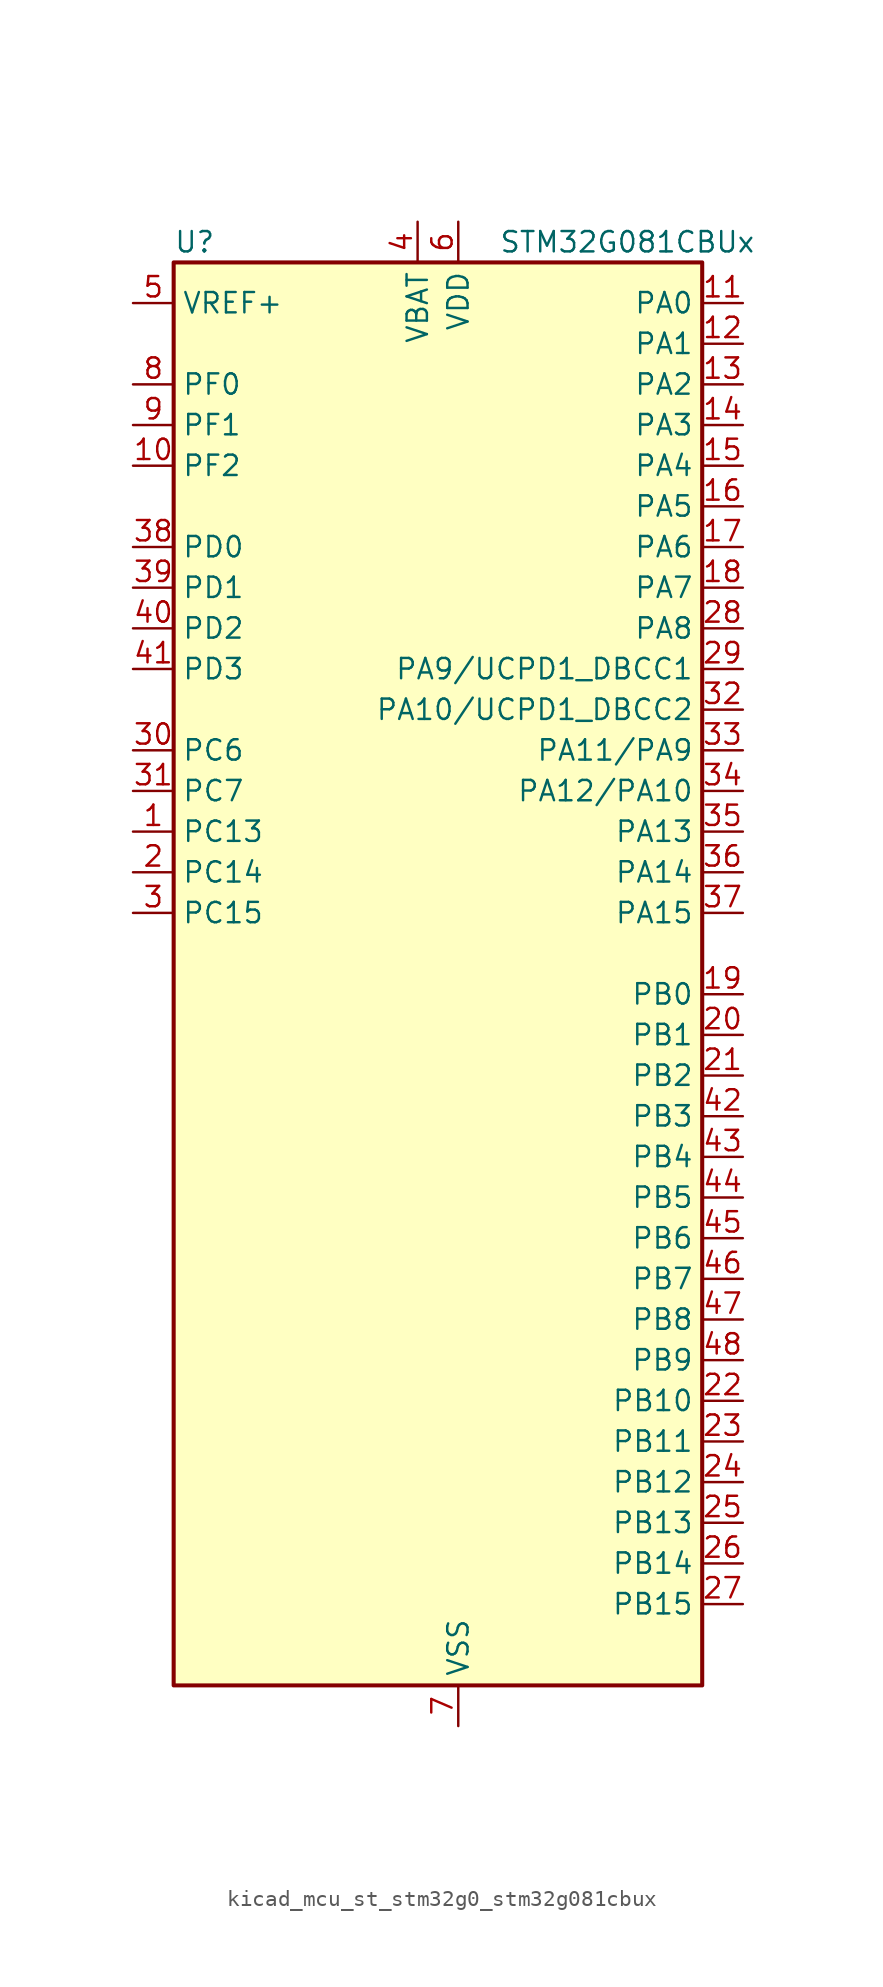
<source format=kicad_sym>
(kicad_symbol_lib
  (version 20220914)
  (generator kicad_symbol_editor)
  (symbol "kicad_mcu_st_stm32g0_stm32g081cbux"
    (property "Reference" "U"
      (at -15.24 46.99 0)
      (effects (font (size 1.27 1.27)) (justify left)))
    (property "Value" "STM32G081CBUx"
      (at 5.08 46.99 0)
      (effects (font (size 1.27 1.27)) (justify left)))
    (property "ki_locked" ""
      (at 0 0 0)
      (effects (font (size 1.27 1.27))))
    (symbol "kicad_mcu_st_stm32g0_stm32g081cbux_0_1"
      (rectangle (start -15.24 -43.18) (end 17.78 45.72) (stroke (width 0.254) (type default)) (fill (type background))))
    (symbol "kicad_mcu_st_stm32g0_stm32g081cbux_1_1"
      (pin bidirectional line (at -17.78 10.16 0) (length 2.54) (name "PC13" (effects (font (size 1.27 1.27)))) (number "1" (effects (font (size 1.27 1.27)))) (alternate "RTC_OUT_ALARM" bidirectional line) (alternate "RTC_OUT_CALIB" bidirectional line) (alternate "RTC_TAMP_IN1" bidirectional line) (alternate "RTC_TS" bidirectional line) (alternate "SYS_WKUP2" bidirectional line) (alternate "TIM1_BK" bidirectional line))
      (pin bidirectional line (at -17.78 33.02 0) (length 2.54) (name "PF2" (effects (font (size 1.27 1.27)))) (number "10" (effects (font (size 1.27 1.27)))) (alternate "RCC_MCO" bidirectional line))
      (pin bidirectional line (at 20.32 43.18 180) (length 2.54) (name "PA0" (effects (font (size 1.27 1.27)))) (number "11" (effects (font (size 1.27 1.27)))) (alternate "ADC1_IN0" bidirectional line) (alternate "COMP1_INM" bidirectional line) (alternate "COMP1_OUT" bidirectional line) (alternate "LPTIM1_OUT" bidirectional line) (alternate "RTC_TAMP_IN2" bidirectional line) (alternate "SPI2_SCK" bidirectional line) (alternate "SYS_WKUP1" bidirectional line) (alternate "TIM2_CH1" bidirectional line) (alternate "TIM2_ETR" bidirectional line) (alternate "UCPD2_FRSTX1" bidirectional line) (alternate "UCPD2_FRSTX2" bidirectional line) (alternate "USART2_CTS" bidirectional line) (alternate "USART2_NSS" bidirectional line) (alternate "USART4_TX" bidirectional line))
      (pin bidirectional line (at 20.32 40.64 180) (length 2.54) (name "PA1" (effects (font (size 1.27 1.27)))) (number "12" (effects (font (size 1.27 1.27)))) (alternate "ADC1_IN1" bidirectional line) (alternate "COMP1_INP" bidirectional line) (alternate "I2C1_SMBA" bidirectional line) (alternate "I2S1_CK" bidirectional line) (alternate "SPI1_SCK" bidirectional line) (alternate "TIM15_CH1N" bidirectional line) (alternate "TIM2_CH2" bidirectional line) (alternate "USART2_CK" bidirectional line) (alternate "USART2_DE" bidirectional line) (alternate "USART2_RTS" bidirectional line) (alternate "USART4_RX" bidirectional line))
      (pin bidirectional line (at 20.32 38.1 180) (length 2.54) (name "PA2" (effects (font (size 1.27 1.27)))) (number "13" (effects (font (size 1.27 1.27)))) (alternate "ADC1_IN2" bidirectional line) (alternate "COMP2_INM" bidirectional line) (alternate "COMP2_OUT" bidirectional line) (alternate "I2S1_SD" bidirectional line) (alternate "LPUART1_TX" bidirectional line) (alternate "RCC_LSCO" bidirectional line) (alternate "SPI1_MOSI" bidirectional line) (alternate "SYS_WKUP4" bidirectional line) (alternate "TIM15_CH1" bidirectional line) (alternate "TIM2_CH3" bidirectional line) (alternate "UCPD1_FRSTX1" bidirectional line) (alternate "UCPD1_FRSTX2" bidirectional line) (alternate "USART2_TX" bidirectional line))
      (pin bidirectional line (at 20.32 35.56 180) (length 2.54) (name "PA3" (effects (font (size 1.27 1.27)))) (number "14" (effects (font (size 1.27 1.27)))) (alternate "ADC1_IN3" bidirectional line) (alternate "COMP2_INP" bidirectional line) (alternate "LPUART1_RX" bidirectional line) (alternate "SPI2_MISO" bidirectional line) (alternate "TIM15_CH2" bidirectional line) (alternate "TIM2_CH4" bidirectional line) (alternate "UCPD2_FRSTX1" bidirectional line) (alternate "UCPD2_FRSTX2" bidirectional line) (alternate "USART2_RX" bidirectional line))
      (pin bidirectional line (at 20.32 33.02 180) (length 2.54) (name "PA4" (effects (font (size 1.27 1.27)))) (number "15" (effects (font (size 1.27 1.27)))) (alternate "ADC1_IN4" bidirectional line) (alternate "DAC1_OUT1" bidirectional line) (alternate "I2S1_WS" bidirectional line) (alternate "LPTIM2_OUT" bidirectional line) (alternate "RTC_OUT_ALARM" bidirectional line) (alternate "RTC_OUT_CALIB" bidirectional line) (alternate "SPI1_NSS" bidirectional line) (alternate "SPI2_MOSI" bidirectional line) (alternate "TIM14_CH1" bidirectional line) (alternate "UCPD2_FRSTX1" bidirectional line) (alternate "UCPD2_FRSTX2" bidirectional line))
      (pin bidirectional line (at 20.32 30.48 180) (length 2.54) (name "PA5" (effects (font (size 1.27 1.27)))) (number "16" (effects (font (size 1.27 1.27)))) (alternate "ADC1_IN5" bidirectional line) (alternate "CEC" bidirectional line) (alternate "DAC1_OUT2" bidirectional line) (alternate "I2S1_CK" bidirectional line) (alternate "LPTIM2_ETR" bidirectional line) (alternate "SPI1_SCK" bidirectional line) (alternate "TIM2_CH1" bidirectional line) (alternate "TIM2_ETR" bidirectional line) (alternate "UCPD1_FRSTX1" bidirectional line) (alternate "UCPD1_FRSTX2" bidirectional line) (alternate "USART3_TX" bidirectional line))
      (pin bidirectional line (at 20.32 27.94 180) (length 2.54) (name "PA6" (effects (font (size 1.27 1.27)))) (number "17" (effects (font (size 1.27 1.27)))) (alternate "ADC1_IN6" bidirectional line) (alternate "COMP1_OUT" bidirectional line) (alternate "I2S1_MCK" bidirectional line) (alternate "LPUART1_CTS" bidirectional line) (alternate "SPI1_MISO" bidirectional line) (alternate "TIM16_CH1" bidirectional line) (alternate "TIM1_BK" bidirectional line) (alternate "TIM3_CH1" bidirectional line) (alternate "USART3_CTS" bidirectional line) (alternate "USART3_NSS" bidirectional line))
      (pin bidirectional line (at 20.32 25.4 180) (length 2.54) (name "PA7" (effects (font (size 1.27 1.27)))) (number "18" (effects (font (size 1.27 1.27)))) (alternate "ADC1_IN7" bidirectional line) (alternate "COMP2_OUT" bidirectional line) (alternate "I2S1_SD" bidirectional line) (alternate "SPI1_MOSI" bidirectional line) (alternate "TIM14_CH1" bidirectional line) (alternate "TIM17_CH1" bidirectional line) (alternate "TIM1_CH1N" bidirectional line) (alternate "TIM3_CH2" bidirectional line) (alternate "UCPD1_FRSTX1" bidirectional line) (alternate "UCPD1_FRSTX2" bidirectional line))
      (pin bidirectional line (at 20.32 0 180) (length 2.54) (name "PB0" (effects (font (size 1.27 1.27)))) (number "19" (effects (font (size 1.27 1.27)))) (alternate "ADC1_IN8" bidirectional line) (alternate "COMP1_OUT" bidirectional line) (alternate "I2S1_WS" bidirectional line) (alternate "LPTIM1_OUT" bidirectional line) (alternate "SPI1_NSS" bidirectional line) (alternate "TIM1_CH2N" bidirectional line) (alternate "TIM3_CH3" bidirectional line) (alternate "UCPD1_FRSTX1" bidirectional line) (alternate "UCPD1_FRSTX2" bidirectional line) (alternate "USART3_RX" bidirectional line))
      (pin bidirectional line (at -17.78 7.62 0) (length 2.54) (name "PC14" (effects (font (size 1.27 1.27)))) (number "2" (effects (font (size 1.27 1.27)))) (alternate "RCC_OSC32_IN" bidirectional line) (alternate "TIM1_BK2" bidirectional line))
      (pin bidirectional line (at 20.32 -2.54 180) (length 2.54) (name "PB1" (effects (font (size 1.27 1.27)))) (number "20" (effects (font (size 1.27 1.27)))) (alternate "ADC1_IN9" bidirectional line) (alternate "COMP1_INM" bidirectional line) (alternate "LPTIM2_IN1" bidirectional line) (alternate "LPUART1_DE" bidirectional line) (alternate "LPUART1_RTS" bidirectional line) (alternate "TIM14_CH1" bidirectional line) (alternate "TIM1_CH3N" bidirectional line) (alternate "TIM3_CH4" bidirectional line) (alternate "USART3_CK" bidirectional line) (alternate "USART3_DE" bidirectional line) (alternate "USART3_RTS" bidirectional line))
      (pin bidirectional line (at 20.32 -5.08 180) (length 2.54) (name "PB2" (effects (font (size 1.27 1.27)))) (number "21" (effects (font (size 1.27 1.27)))) (alternate "ADC1_IN10" bidirectional line) (alternate "COMP1_INP" bidirectional line) (alternate "LPTIM1_OUT" bidirectional line) (alternate "SPI2_MISO" bidirectional line) (alternate "USART3_TX" bidirectional line))
      (pin bidirectional line (at 20.32 -25.4 180) (length 2.54) (name "PB10" (effects (font (size 1.27 1.27)))) (number "22" (effects (font (size 1.27 1.27)))) (alternate "ADC1_IN11" bidirectional line) (alternate "CEC" bidirectional line) (alternate "COMP1_OUT" bidirectional line) (alternate "I2C2_SCL" bidirectional line) (alternate "LPUART1_RX" bidirectional line) (alternate "SPI2_SCK" bidirectional line) (alternate "TIM2_CH3" bidirectional line) (alternate "USART3_TX" bidirectional line))
      (pin bidirectional line (at 20.32 -27.94 180) (length 2.54) (name "PB11" (effects (font (size 1.27 1.27)))) (number "23" (effects (font (size 1.27 1.27)))) (alternate "ADC1_EXTI11" bidirectional line) (alternate "ADC1_IN15" bidirectional line) (alternate "COMP2_OUT" bidirectional line) (alternate "I2C2_SDA" bidirectional line) (alternate "LPUART1_TX" bidirectional line) (alternate "SPI2_MOSI" bidirectional line) (alternate "TIM2_CH4" bidirectional line) (alternate "USART3_RX" bidirectional line))
      (pin bidirectional line (at 20.32 -30.48 180) (length 2.54) (name "PB12" (effects (font (size 1.27 1.27)))) (number "24" (effects (font (size 1.27 1.27)))) (alternate "ADC1_IN16" bidirectional line) (alternate "LPUART1_DE" bidirectional line) (alternate "LPUART1_RTS" bidirectional line) (alternate "SPI2_NSS" bidirectional line) (alternate "TIM15_BK" bidirectional line) (alternate "TIM1_BK" bidirectional line) (alternate "UCPD2_FRSTX1" bidirectional line) (alternate "UCPD2_FRSTX2" bidirectional line))
      (pin bidirectional line (at 20.32 -33.02 180) (length 2.54) (name "PB13" (effects (font (size 1.27 1.27)))) (number "25" (effects (font (size 1.27 1.27)))) (alternate "I2C2_SCL" bidirectional line) (alternate "LPUART1_CTS" bidirectional line) (alternate "SPI2_SCK" bidirectional line) (alternate "TIM15_CH1N" bidirectional line) (alternate "TIM1_CH1N" bidirectional line) (alternate "USART3_CTS" bidirectional line) (alternate "USART3_NSS" bidirectional line))
      (pin bidirectional line (at 20.32 -35.56 180) (length 2.54) (name "PB14" (effects (font (size 1.27 1.27)))) (number "26" (effects (font (size 1.27 1.27)))) (alternate "I2C2_SDA" bidirectional line) (alternate "SPI2_MISO" bidirectional line) (alternate "TIM15_CH1" bidirectional line) (alternate "TIM1_CH2N" bidirectional line) (alternate "UCPD1_FRSTX1" bidirectional line) (alternate "UCPD1_FRSTX2" bidirectional line) (alternate "USART3_CK" bidirectional line) (alternate "USART3_DE" bidirectional line) (alternate "USART3_RTS" bidirectional line))
      (pin bidirectional line (at 20.32 -38.1 180) (length 2.54) (name "PB15" (effects (font (size 1.27 1.27)))) (number "27" (effects (font (size 1.27 1.27)))) (alternate "RTC_REFIN" bidirectional line) (alternate "SPI2_MOSI" bidirectional line) (alternate "TIM15_CH1N" bidirectional line) (alternate "TIM15_CH2" bidirectional line) (alternate "TIM1_CH3N" bidirectional line) (alternate "UCPD1_CC2" bidirectional line))
      (pin bidirectional line (at 20.32 22.86 180) (length 2.54) (name "PA8" (effects (font (size 1.27 1.27)))) (number "28" (effects (font (size 1.27 1.27)))) (alternate "LPTIM2_OUT" bidirectional line) (alternate "RCC_MCO" bidirectional line) (alternate "SPI2_NSS" bidirectional line) (alternate "TIM1_CH1" bidirectional line) (alternate "UCPD1_CC1" bidirectional line))
      (pin bidirectional line (at 20.32 20.32 180) (length 2.54) (name "PA9/UCPD1_DBCC1" (effects (font (size 1.27 1.27)))) (number "29" (effects (font (size 1.27 1.27)))) (alternate "DAC1_EXTI9" bidirectional line) (alternate "I2C1_SCL" bidirectional line) (alternate "RCC_MCO" bidirectional line) (alternate "SPI2_MISO" bidirectional line) (alternate "TIM15_BK" bidirectional line) (alternate "TIM1_CH2" bidirectional line) (alternate "UCPD1_DBCC1" bidirectional line) (alternate "USART1_TX" bidirectional line))
      (pin bidirectional line (at -17.78 5.08 0) (length 2.54) (name "PC15" (effects (font (size 1.27 1.27)))) (number "3" (effects (font (size 1.27 1.27)))) (alternate "RCC_OSC32_EN" bidirectional line) (alternate "RCC_OSC32_OUT" bidirectional line) (alternate "RCC_OSC_EN" bidirectional line) (alternate "TIM15_BK" bidirectional line))
      (pin bidirectional line (at -17.78 15.24 0) (length 2.54) (name "PC6" (effects (font (size 1.27 1.27)))) (number "30" (effects (font (size 1.27 1.27)))) (alternate "TIM2_CH3" bidirectional line) (alternate "TIM3_CH1" bidirectional line) (alternate "UCPD1_FRSTX1" bidirectional line) (alternate "UCPD1_FRSTX2" bidirectional line))
      (pin bidirectional line (at -17.78 12.7 0) (length 2.54) (name "PC7" (effects (font (size 1.27 1.27)))) (number "31" (effects (font (size 1.27 1.27)))) (alternate "TIM2_CH4" bidirectional line) (alternate "TIM3_CH2" bidirectional line) (alternate "UCPD2_FRSTX1" bidirectional line) (alternate "UCPD2_FRSTX2" bidirectional line))
      (pin bidirectional line (at 20.32 17.78 180) (length 2.54) (name "PA10/UCPD1_DBCC2" (effects (font (size 1.27 1.27)))) (number "32" (effects (font (size 1.27 1.27)))) (alternate "I2C1_SDA" bidirectional line) (alternate "SPI2_MOSI" bidirectional line) (alternate "TIM17_BK" bidirectional line) (alternate "TIM1_CH3" bidirectional line) (alternate "UCPD1_DBCC2" bidirectional line) (alternate "USART1_RX" bidirectional line))
      (pin bidirectional line (at 20.32 15.24 180) (length 2.54) (name "PA11/PA9" (effects (font (size 1.27 1.27)))) (number "33" (effects (font (size 1.27 1.27)))) (alternate "ADC1_EXTI11" bidirectional line) (alternate "COMP1_OUT" bidirectional line) (alternate "I2C2_SCL" bidirectional line) (alternate "I2S1_MCK" bidirectional line) (alternate "SPI1_MISO" bidirectional line) (alternate "TIM1_BK2" bidirectional line) (alternate "TIM1_CH4" bidirectional line) (alternate "USART1_CTS" bidirectional line) (alternate "USART1_NSS" bidirectional line))
      (pin bidirectional line (at 20.32 12.7 180) (length 2.54) (name "PA12/PA10" (effects (font (size 1.27 1.27)))) (number "34" (effects (font (size 1.27 1.27)))) (alternate "COMP2_OUT" bidirectional line) (alternate "I2C2_SDA" bidirectional line) (alternate "I2S1_SD" bidirectional line) (alternate "I2S_CKIN" bidirectional line) (alternate "SPI1_MOSI" bidirectional line) (alternate "TIM1_ETR" bidirectional line) (alternate "USART1_CK" bidirectional line) (alternate "USART1_DE" bidirectional line) (alternate "USART1_RTS" bidirectional line))
      (pin bidirectional line (at 20.32 10.16 180) (length 2.54) (name "PA13" (effects (font (size 1.27 1.27)))) (number "35" (effects (font (size 1.27 1.27)))) (alternate "IR_OUT" bidirectional line) (alternate "SYS_SWDIO" bidirectional line))
      (pin bidirectional line (at 20.32 7.62 180) (length 2.54) (name "PA14" (effects (font (size 1.27 1.27)))) (number "36" (effects (font (size 1.27 1.27)))) (alternate "SYS_SWCLK" bidirectional line) (alternate "USART2_TX" bidirectional line))
      (pin bidirectional line (at 20.32 5.08 180) (length 2.54) (name "PA15" (effects (font (size 1.27 1.27)))) (number "37" (effects (font (size 1.27 1.27)))) (alternate "I2S1_WS" bidirectional line) (alternate "SPI1_NSS" bidirectional line) (alternate "TIM2_CH1" bidirectional line) (alternate "TIM2_ETR" bidirectional line) (alternate "USART2_RX" bidirectional line) (alternate "USART3_CK" bidirectional line) (alternate "USART3_DE" bidirectional line) (alternate "USART3_RTS" bidirectional line) (alternate "USART4_CK" bidirectional line) (alternate "USART4_DE" bidirectional line) (alternate "USART4_RTS" bidirectional line))
      (pin bidirectional line (at -17.78 27.94 0) (length 2.54) (name "PD0" (effects (font (size 1.27 1.27)))) (number "38" (effects (font (size 1.27 1.27)))) (alternate "SPI2_NSS" bidirectional line) (alternate "TIM16_CH1" bidirectional line) (alternate "UCPD2_CC1" bidirectional line))
      (pin bidirectional line (at -17.78 25.4 0) (length 2.54) (name "PD1" (effects (font (size 1.27 1.27)))) (number "39" (effects (font (size 1.27 1.27)))) (alternate "SPI2_SCK" bidirectional line) (alternate "TIM17_CH1" bidirectional line) (alternate "UCPD2_DBCC1" bidirectional line))
      (pin power_in line (at 0 48.26 270) (length 2.54) (name "VBAT" (effects (font (size 1.27 1.27)))) (number "4" (effects (font (size 1.27 1.27)))))
      (pin bidirectional line (at -17.78 22.86 0) (length 2.54) (name "PD2" (effects (font (size 1.27 1.27)))) (number "40" (effects (font (size 1.27 1.27)))) (alternate "TIM1_CH1N" bidirectional line) (alternate "TIM3_ETR" bidirectional line) (alternate "UCPD2_CC2" bidirectional line) (alternate "USART3_CK" bidirectional line) (alternate "USART3_DE" bidirectional line) (alternate "USART3_RTS" bidirectional line))
      (pin bidirectional line (at -17.78 20.32 0) (length 2.54) (name "PD3" (effects (font (size 1.27 1.27)))) (number "41" (effects (font (size 1.27 1.27)))) (alternate "SPI2_MISO" bidirectional line) (alternate "TIM1_CH2N" bidirectional line) (alternate "UCPD2_DBCC2" bidirectional line) (alternate "USART2_CTS" bidirectional line) (alternate "USART2_NSS" bidirectional line))
      (pin bidirectional line (at 20.32 -7.62 180) (length 2.54) (name "PB3" (effects (font (size 1.27 1.27)))) (number "42" (effects (font (size 1.27 1.27)))) (alternate "COMP2_INM" bidirectional line) (alternate "I2S1_CK" bidirectional line) (alternate "SPI1_SCK" bidirectional line) (alternate "TIM1_CH2" bidirectional line) (alternate "TIM2_CH2" bidirectional line) (alternate "USART1_CK" bidirectional line) (alternate "USART1_DE" bidirectional line) (alternate "USART1_RTS" bidirectional line))
      (pin bidirectional line (at 20.32 -10.16 180) (length 2.54) (name "PB4" (effects (font (size 1.27 1.27)))) (number "43" (effects (font (size 1.27 1.27)))) (alternate "COMP2_INP" bidirectional line) (alternate "I2S1_MCK" bidirectional line) (alternate "SPI1_MISO" bidirectional line) (alternate "TIM17_BK" bidirectional line) (alternate "TIM3_CH1" bidirectional line) (alternate "USART1_CTS" bidirectional line) (alternate "USART1_NSS" bidirectional line))
      (pin bidirectional line (at 20.32 -12.7 180) (length 2.54) (name "PB5" (effects (font (size 1.27 1.27)))) (number "44" (effects (font (size 1.27 1.27)))) (alternate "COMP2_OUT" bidirectional line) (alternate "I2C1_SMBA" bidirectional line) (alternate "I2S1_SD" bidirectional line) (alternate "LPTIM1_IN1" bidirectional line) (alternate "SPI1_MOSI" bidirectional line) (alternate "SYS_WKUP6" bidirectional line) (alternate "TIM16_BK" bidirectional line) (alternate "TIM3_CH2" bidirectional line))
      (pin bidirectional line (at 20.32 -15.24 180) (length 2.54) (name "PB6" (effects (font (size 1.27 1.27)))) (number "45" (effects (font (size 1.27 1.27)))) (alternate "COMP2_INP" bidirectional line) (alternate "I2C1_SCL" bidirectional line) (alternate "LPTIM1_ETR" bidirectional line) (alternate "SPI2_MISO" bidirectional line) (alternate "TIM16_CH1N" bidirectional line) (alternate "TIM1_CH3" bidirectional line) (alternate "USART1_TX" bidirectional line))
      (pin bidirectional line (at 20.32 -17.78 180) (length 2.54) (name "PB7" (effects (font (size 1.27 1.27)))) (number "46" (effects (font (size 1.27 1.27)))) (alternate "COMP2_INM" bidirectional line) (alternate "I2C1_SDA" bidirectional line) (alternate "LPTIM1_IN2" bidirectional line) (alternate "SPI2_MOSI" bidirectional line) (alternate "SYS_PVD_IN" bidirectional line) (alternate "TIM17_CH1N" bidirectional line) (alternate "USART1_RX" bidirectional line) (alternate "USART4_CTS" bidirectional line) (alternate "USART4_NSS" bidirectional line))
      (pin bidirectional line (at 20.32 -20.32 180) (length 2.54) (name "PB8" (effects (font (size 1.27 1.27)))) (number "47" (effects (font (size 1.27 1.27)))) (alternate "CEC" bidirectional line) (alternate "I2C1_SCL" bidirectional line) (alternate "SPI2_SCK" bidirectional line) (alternate "TIM15_BK" bidirectional line) (alternate "TIM16_CH1" bidirectional line) (alternate "USART3_TX" bidirectional line))
      (pin bidirectional line (at 20.32 -22.86 180) (length 2.54) (name "PB9" (effects (font (size 1.27 1.27)))) (number "48" (effects (font (size 1.27 1.27)))) (alternate "DAC1_EXTI9" bidirectional line) (alternate "I2C1_SDA" bidirectional line) (alternate "IR_OUT" bidirectional line) (alternate "SPI2_NSS" bidirectional line) (alternate "TIM17_CH1" bidirectional line) (alternate "UCPD2_FRSTX1" bidirectional line) (alternate "UCPD2_FRSTX2" bidirectional line) (alternate "USART3_RX" bidirectional line))
      (pin passive line (at 2.54 -45.72 90) (length 2.54) hide (name "VSS" (effects (font (size 1.27 1.27)))) (number "49" (effects (font (size 1.27 1.27)))))
      (pin input line (at -17.78 43.18 0) (length 2.54) (name "VREF+" (effects (font (size 1.27 1.27)))) (number "5" (effects (font (size 1.27 1.27)))) (alternate "VREFBUF_OUT" bidirectional line))
      (pin power_in line (at 2.54 48.26 270) (length 2.54) (name "VDD" (effects (font (size 1.27 1.27)))) (number "6" (effects (font (size 1.27 1.27)))))
      (pin power_in line (at 2.54 -45.72 90) (length 2.54) (name "VSS" (effects (font (size 1.27 1.27)))) (number "7" (effects (font (size 1.27 1.27)))))
      (pin bidirectional line (at -17.78 38.1 0) (length 2.54) (name "PF0" (effects (font (size 1.27 1.27)))) (number "8" (effects (font (size 1.27 1.27)))) (alternate "RCC_OSC_IN" bidirectional line) (alternate "TIM14_CH1" bidirectional line))
      (pin bidirectional line (at -17.78 35.56 0) (length 2.54) (name "PF1" (effects (font (size 1.27 1.27)))) (number "9" (effects (font (size 1.27 1.27)))) (alternate "RCC_OSC_EN" bidirectional line) (alternate "RCC_OSC_OUT" bidirectional line) (alternate "TIM15_CH1N" bidirectional line)))))
</source>
